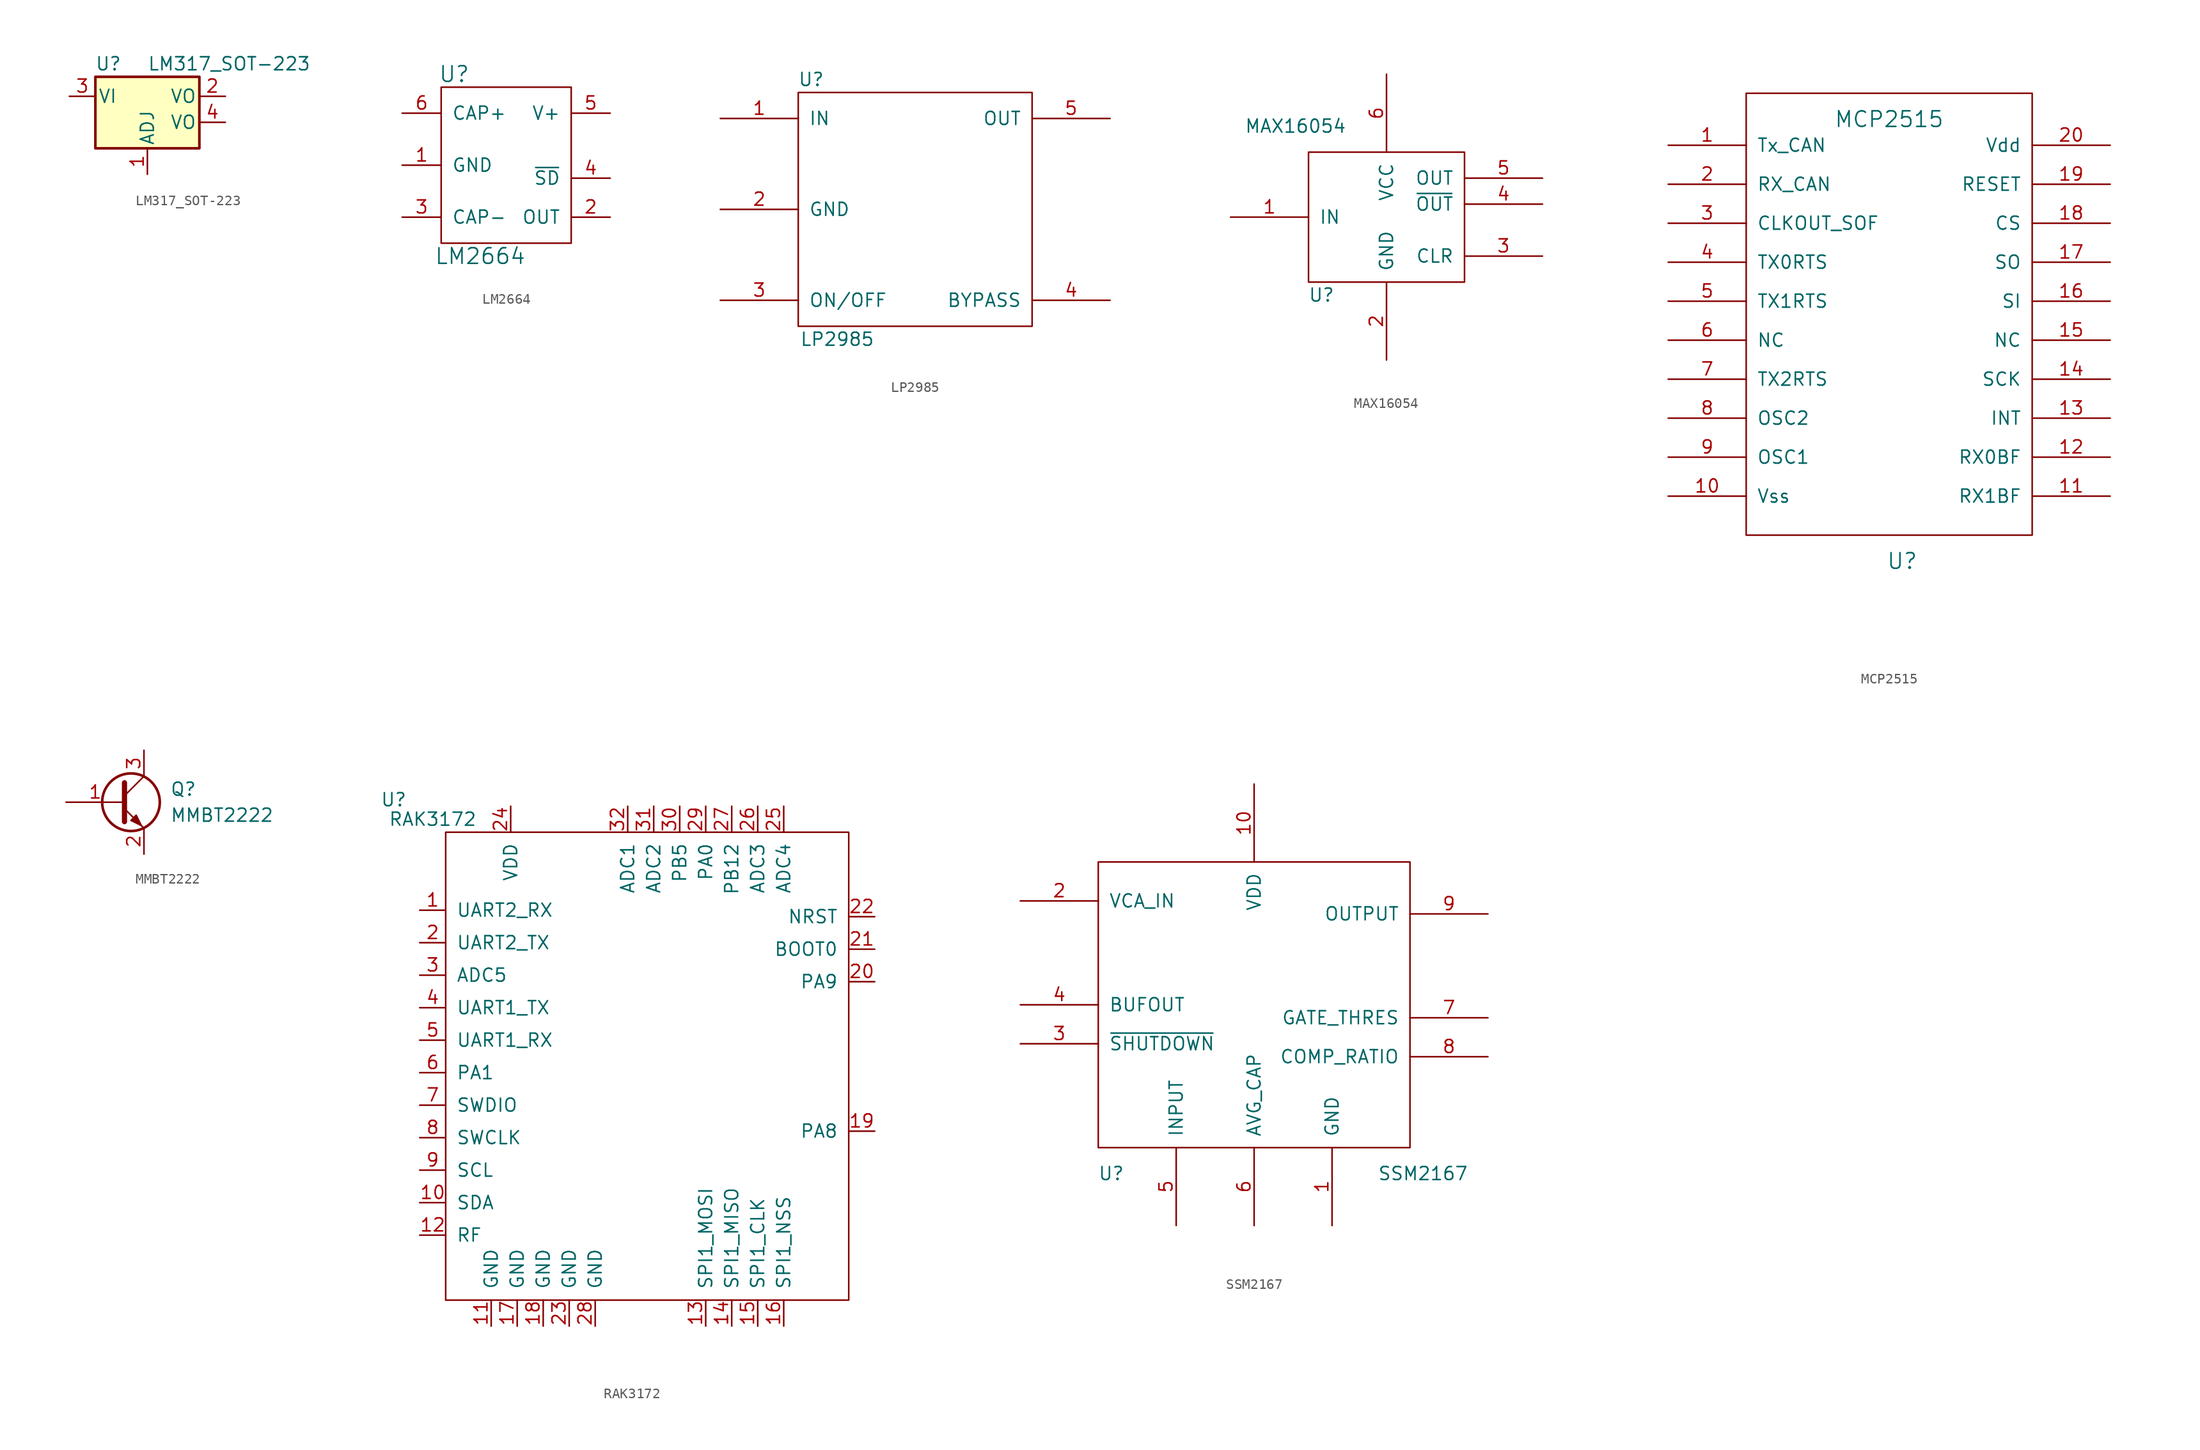
<source format=kicad_sym>
(kicad_symbol_lib
  (version 20211014)
  (generator kicad_symbol_editor)
  (symbol "LM317_SOT-223"
    (pin_names
      (offset 0.254))
    (property "Reference" "U"
      (at -3.81 3.175 0)
      (effects (font (size 1.27 1.27))))
    (property "Value" "LM317_SOT-223"
      (at 0 3.175 0)
      (effects (font (size 1.27 1.27)) (justify left)))
    (symbol "LM317_SOT-223_0_1"
      (rectangle (start -5.08 1.905) (end 5.08 -5.08) (stroke (width 0.254) (type default) (color 0 0 0 0)) (fill (type background))))
    (symbol "LM317_SOT-223_1_1"
      (pin input line (at 0 -7.62 90) (length 2.54) (name "ADJ" (effects (font (size 1.27 1.27)))) (number "1" (effects (font (size 1.27 1.27)))))
      (pin power_out line (at 7.62 0 180) (length 2.54) (name "VO" (effects (font (size 1.27 1.27)))) (number "2" (effects (font (size 1.27 1.27)))))
      (pin power_in line (at -7.62 0 0) (length 2.54) (name "VI" (effects (font (size 1.27 1.27)))) (number "3" (effects (font (size 1.27 1.27)))))
      (pin power_out line (at 7.62 -2.54 180) (length 2.54) (name "VO" (effects (font (size 1.27 1.27)))) (number "4" (effects (font (size 1.27 1.27)))))))
  (symbol "LM2664"
    (pin_names
      (offset 1.016))
    (property "Reference" "U"
      (at -5.08 5.08 0)
      (effects (font (size 1.524 1.524))))
    (property "Value" "LM2664"
      (at -2.54 -12.7 0)
      (effects (font (size 1.524 1.524))))
    (symbol "LM2664_0_1"
      (rectangle (start -6.35 3.81) (end 6.35 -11.43) (stroke (width 0) (type default) (color 0 0 0 0)) (fill (type none))))
    (symbol "LM2664_1_1"
      (pin passive line (at -10.16 -3.81 0) (length 3.81) (name "GND" (effects (font (size 1.27 1.27)))) (number "1" (effects (font (size 1.27 1.27)))))
      (pin passive line (at 10.16 -8.89 180) (length 3.81) (name "OUT" (effects (font (size 1.27 1.27)))) (number "2" (effects (font (size 1.27 1.27)))))
      (pin passive line (at -10.16 -8.89 0) (length 3.81) (name "CAP-" (effects (font (size 1.27 1.27)))) (number "3" (effects (font (size 1.27 1.27)))))
      (pin passive line (at 10.16 -5.08 180) (length 3.81) (name "~{SD}" (effects (font (size 1.27 1.27)))) (number "4" (effects (font (size 1.27 1.27)))))
      (pin passive line (at 10.16 1.27 180) (length 3.81) (name "V+" (effects (font (size 1.27 1.27)))) (number "5" (effects (font (size 1.27 1.27)))))
      (pin passive line (at -10.16 1.27 0) (length 3.81) (name "CAP+" (effects (font (size 1.27 1.27)))) (number "6" (effects (font (size 1.27 1.27)))))))
  (symbol "LP2985"
    (pin_names
      (offset 1.016))
    (property "Reference" "U"
      (at -10.16 12.7 0)
      (effects (font (size 1.27 1.27))))
    (property "Value" "LP2985"
      (at -7.62 -12.7 0)
      (effects (font (size 1.27 1.27))))
    (symbol "LP2985_1_0"
      (rectangle (start -11.43 -11.43) (end 11.43 11.43) (stroke (width 0) (type default) (color 0 0 0 0)) (fill (type none))))
    (symbol "LP2985_1_1"
      (pin input line (at -19.05 8.89 0) (length 7.62) (name "IN" (effects (font (size 1.27 1.27)))) (number "1" (effects (font (size 1.27 1.27)))))
      (pin input line (at -19.05 0 0) (length 7.62) (name "GND" (effects (font (size 1.27 1.27)))) (number "2" (effects (font (size 1.27 1.27)))))
      (pin input line (at -19.05 -8.89 0) (length 7.62) (name "ON/OFF" (effects (font (size 1.27 1.27)))) (number "3" (effects (font (size 1.27 1.27)))))
      (pin input line (at 19.05 -8.89 180) (length 7.62) (name "BYPASS" (effects (font (size 1.27 1.27)))) (number "4" (effects (font (size 1.27 1.27)))))
      (pin input line (at 19.05 8.89 180) (length 7.62) (name "OUT" (effects (font (size 1.27 1.27)))) (number "5" (effects (font (size 1.27 1.27)))))))
  (symbol "MAX16054"
    (pin_names
      (offset 1.016))
    (property "Reference" "U"
      (at -6.35 -7.62 0)
      (effects (font (size 1.27 1.27))))
    (property "Value" "MAX16054"
      (at -8.89 8.89 0)
      (effects (font (size 1.27 1.27))))
    (symbol "MAX16054_1_0"
      (rectangle (start -7.62 -6.35) (end 7.62 6.35) (stroke (width 0) (type default) (color 0 0 0 0)) (fill (type none))))
    (symbol "MAX16054_1_1"
      (pin input line (at -15.24 0 0) (length 7.62) (name "IN" (effects (font (size 1.27 1.27)))) (number "1" (effects (font (size 1.27 1.27)))))
      (pin input line (at 0 -13.97 90) (length 7.62) (name "GND" (effects (font (size 1.27 1.27)))) (number "2" (effects (font (size 1.27 1.27)))))
      (pin input line (at 15.24 -3.81 180) (length 7.62) (name "CLR" (effects (font (size 1.27 1.27)))) (number "3" (effects (font (size 1.27 1.27)))))
      (pin input line (at 15.24 1.27 180) (length 7.62) (name "~{OUT}" (effects (font (size 1.27 1.27)))) (number "4" (effects (font (size 1.27 1.27)))))
      (pin input line (at 15.24 3.81 180) (length 7.62) (name "OUT" (effects (font (size 1.27 1.27)))) (number "5" (effects (font (size 1.27 1.27)))))
      (pin input line (at 0 13.97 270) (length 7.62) (name "VCC" (effects (font (size 1.27 1.27)))) (number "6" (effects (font (size 1.27 1.27)))))))
  (symbol "MCP2515"
    (pin_names
      (offset 1.016))
    (property "Reference" "U"
      (at 15.24 43.18 0)
      (effects (font (size 1.524 1.524))))
    (property "Value" "MCP2515"
      (at 13.97 86.36 0)
      (effects (font (size 1.524 1.524))))
    (property "Footprint" ""
      (at 26.67 38.1 0)
      (effects (font (size 1.524 1.524))))
    (property "Datasheet" ""
      (at 26.67 38.1 0)
      (effects (font (size 1.524 1.524))))
    (symbol "MCP2515_0_1"
      (rectangle (start 0 45.72) (end 27.94 88.9) (stroke (width 0) (type default) (color 0 0 0 0)) (fill (type none))))
    (symbol "MCP2515_1_1"
      (pin input line (at -7.62 83.82 0) (length 7.62) (name "Tx_CAN" (effects (font (size 1.27 1.27)))) (number "1" (effects (font (size 1.27 1.27)))))
      (pin input line (at -7.62 49.53 0) (length 7.62) (name "Vss" (effects (font (size 1.27 1.27)))) (number "10" (effects (font (size 1.27 1.27)))))
      (pin input line (at 35.56 49.53 180) (length 7.62) (name "RX1BF" (effects (font (size 1.27 1.27)))) (number "11" (effects (font (size 1.27 1.27)))))
      (pin input line (at 35.56 53.34 180) (length 7.62) (name "RX0BF" (effects (font (size 1.27 1.27)))) (number "12" (effects (font (size 1.27 1.27)))))
      (pin input line (at 35.56 57.15 180) (length 7.62) (name "INT" (effects (font (size 1.27 1.27)))) (number "13" (effects (font (size 1.27 1.27)))))
      (pin input line (at 35.56 60.96 180) (length 7.62) (name "SCK" (effects (font (size 1.27 1.27)))) (number "14" (effects (font (size 1.27 1.27)))))
      (pin input line (at 35.56 64.77 180) (length 7.62) (name "NC" (effects (font (size 1.27 1.27)))) (number "15" (effects (font (size 1.27 1.27)))))
      (pin input line (at 35.56 68.58 180) (length 7.62) (name "SI" (effects (font (size 1.27 1.27)))) (number "16" (effects (font (size 1.27 1.27)))))
      (pin input line (at 35.56 72.39 180) (length 7.62) (name "SO" (effects (font (size 1.27 1.27)))) (number "17" (effects (font (size 1.27 1.27)))))
      (pin input line (at 35.56 76.2 180) (length 7.62) (name "CS" (effects (font (size 1.27 1.27)))) (number "18" (effects (font (size 1.27 1.27)))))
      (pin input line (at 35.56 80.01 180) (length 7.62) (name "RESET" (effects (font (size 1.27 1.27)))) (number "19" (effects (font (size 1.27 1.27)))))
      (pin input line (at -7.62 80.01 0) (length 7.62) (name "RX_CAN" (effects (font (size 1.27 1.27)))) (number "2" (effects (font (size 1.27 1.27)))))
      (pin input line (at 35.56 83.82 180) (length 7.62) (name "Vdd" (effects (font (size 1.27 1.27)))) (number "20" (effects (font (size 1.27 1.27)))))
      (pin input line (at -7.62 76.2 0) (length 7.62) (name "CLKOUT_SOF" (effects (font (size 1.27 1.27)))) (number "3" (effects (font (size 1.27 1.27)))))
      (pin input line (at -7.62 72.39 0) (length 7.62) (name "TX0RTS" (effects (font (size 1.27 1.27)))) (number "4" (effects (font (size 1.27 1.27)))))
      (pin input line (at -7.62 68.58 0) (length 7.62) (name "TX1RTS" (effects (font (size 1.27 1.27)))) (number "5" (effects (font (size 1.27 1.27)))))
      (pin input line (at -7.62 64.77 0) (length 7.62) (name "NC" (effects (font (size 1.27 1.27)))) (number "6" (effects (font (size 1.27 1.27)))))
      (pin input line (at -7.62 60.96 0) (length 7.62) (name "TX2RTS" (effects (font (size 1.27 1.27)))) (number "7" (effects (font (size 1.27 1.27)))))
      (pin input line (at -7.62 57.15 0) (length 7.62) (name "OSC2" (effects (font (size 1.27 1.27)))) (number "8" (effects (font (size 1.27 1.27)))))
      (pin input line (at -7.62 53.34 0) (length 7.62) (name "OSC1" (effects (font (size 1.27 1.27)))) (number "9" (effects (font (size 1.27 1.27)))))))
  (symbol "MMBT2222"
    (pin_names
      (offset 0) hide)
    (property "Reference" "Q"
      (at 5.08 1.27 0)
      (effects (font (size 1.27 1.27)) (justify left)))
    (property "Value" "MMBT2222"
      (at 5.08 -1.27 0)
      (effects (font (size 1.27 1.27)) (justify left)))
    (property "Footprint" ""
      (at 5.08 2.54 0)
      (effects (font (size 1.27 1.27))))
    (property "Datasheet" ""
      (at 0 0 0)
      (effects (font (size 1.27 1.27))))
    (symbol "MMBT2222_0_1"
      (polyline (pts (xy 0.635 0.635) (xy 2.54 2.54)) (stroke (width 0) (type default) (color 0 0 0 0)) (fill (type none)))
      (polyline (pts (xy 0.635 -0.635) (xy 2.54 -2.54) (xy 2.54 -2.54)) (stroke (width 0) (type default) (color 0 0 0 0)) (fill (type none)))
      (polyline (pts (xy 0.635 1.905) (xy 0.635 -1.905) (xy 0.635 -1.905)) (stroke (width 0.508) (type default) (color 0 0 0 0)) (fill (type none)))
      (polyline (pts (xy 1.27 -1.778) (xy 1.778 -1.27) (xy 2.286 -2.286) (xy 1.27 -1.778) (xy 1.27 -1.778)) (stroke (width 0) (type default) (color 0 0 0 0)) (fill (type outline)))
      (circle (center 1.27 0) (radius 2.819) (stroke (width 0.254) (type default) (color 0 0 0 0)) (fill (type none))))
    (symbol "MMBT2222_1_1"
      (pin input line (at -5.08 0 0) (length 5.715) (name "B" (effects (font (size 1.27 1.27)))) (number "1" (effects (font (size 1.27 1.27)))))
      (pin passive line (at 2.54 -5.08 90) (length 2.54) (name "E" (effects (font (size 1.27 1.27)))) (number "2" (effects (font (size 1.27 1.27)))))
      (pin passive line (at 2.54 5.08 270) (length 2.54) (name "C" (effects (font (size 1.27 1.27)))) (number "3" (effects (font (size 1.27 1.27)))))))
  (symbol "RAK3172"
    (pin_names
      (offset 1.016))
    (property "Reference" "U"
      (at -24.765 25.4 0)
      (effects (font (size 1.27 1.27))))
    (property "Value" "RAK3172"
      (at -20.955 23.495 0)
      (effects (font (size 1.27 1.27))))
    (symbol "RAK3172_0_1"
      (rectangle (start -19.685 22.225) (end 19.685 -23.495) (stroke (width 0) (type default) (color 0 0 0 0)) (fill (type none))))
    (symbol "RAK3172_1_1"
      (pin input line (at -22.225 14.605 0) (length 2.54) (name "UART2_RX" (effects (font (size 1.27 1.27)))) (number "1" (effects (font (size 1.27 1.27)))))
      (pin input line (at -22.225 -13.97 0) (length 2.54) (name "SDA" (effects (font (size 1.27 1.27)))) (number "10" (effects (font (size 1.27 1.27)))))
      (pin input line (at -15.24 -26.035 90) (length 2.54) (name "GND" (effects (font (size 1.27 1.27)))) (number "11" (effects (font (size 1.27 1.27)))))
      (pin input line (at -22.225 -17.145 0) (length 2.54) (name "RF" (effects (font (size 1.27 1.27)))) (number "12" (effects (font (size 1.27 1.27)))))
      (pin input line (at 5.715 -26.035 90) (length 2.54) (name "SPI1_MOSI" (effects (font (size 1.27 1.27)))) (number "13" (effects (font (size 1.27 1.27)))))
      (pin input line (at 8.255 -26.035 90) (length 2.54) (name "SPI1_MISO" (effects (font (size 1.27 1.27)))) (number "14" (effects (font (size 1.27 1.27)))))
      (pin input line (at 10.795 -26.035 90) (length 2.54) (name "SPI1_CLK" (effects (font (size 1.27 1.27)))) (number "15" (effects (font (size 1.27 1.27)))))
      (pin input line (at 13.335 -26.035 90) (length 2.54) (name "SPI1_NSS" (effects (font (size 1.27 1.27)))) (number "16" (effects (font (size 1.27 1.27)))))
      (pin input line (at -12.7 -26.035 90) (length 2.54) (name "GND" (effects (font (size 1.27 1.27)))) (number "17" (effects (font (size 1.27 1.27)))))
      (pin input line (at -10.16 -26.035 90) (length 2.54) (name "GND" (effects (font (size 1.27 1.27)))) (number "18" (effects (font (size 1.27 1.27)))))
      (pin input line (at 22.225 -6.985 180) (length 2.54) (name "PA8" (effects (font (size 1.27 1.27)))) (number "19" (effects (font (size 1.27 1.27)))))
      (pin input line (at -22.225 11.43 0) (length 2.54) (name "UART2_TX" (effects (font (size 1.27 1.27)))) (number "2" (effects (font (size 1.27 1.27)))))
      (pin input line (at 22.225 7.62 180) (length 2.54) (name "PA9" (effects (font (size 1.27 1.27)))) (number "20" (effects (font (size 1.27 1.27)))))
      (pin input line (at 22.225 10.795 180) (length 2.54) (name "BOOT0" (effects (font (size 1.27 1.27)))) (number "21" (effects (font (size 1.27 1.27)))))
      (pin input line (at 22.225 13.97 180) (length 2.54) (name "NRST" (effects (font (size 1.27 1.27)))) (number "22" (effects (font (size 1.27 1.27)))))
      (pin input line (at -7.62 -26.035 90) (length 2.54) (name "GND" (effects (font (size 1.27 1.27)))) (number "23" (effects (font (size 1.27 1.27)))))
      (pin input line (at -13.335 24.765 270) (length 2.54) (name "VDD" (effects (font (size 1.27 1.27)))) (number "24" (effects (font (size 1.27 1.27)))))
      (pin input line (at 13.335 24.765 270) (length 2.54) (name "ADC4" (effects (font (size 1.27 1.27)))) (number "25" (effects (font (size 1.27 1.27)))))
      (pin input line (at 10.795 24.765 270) (length 2.54) (name "ADC3" (effects (font (size 1.27 1.27)))) (number "26" (effects (font (size 1.27 1.27)))))
      (pin input line (at 8.255 24.765 270) (length 2.54) (name "PB12" (effects (font (size 1.27 1.27)))) (number "27" (effects (font (size 1.27 1.27)))))
      (pin input line (at -5.08 -26.035 90) (length 2.54) (name "GND" (effects (font (size 1.27 1.27)))) (number "28" (effects (font (size 1.27 1.27)))))
      (pin input line (at 5.715 24.765 270) (length 2.54) (name "PA0" (effects (font (size 1.27 1.27)))) (number "29" (effects (font (size 1.27 1.27)))))
      (pin input line (at -22.225 8.255 0) (length 2.54) (name "ADC5" (effects (font (size 1.27 1.27)))) (number "3" (effects (font (size 1.27 1.27)))))
      (pin input line (at 3.175 24.765 270) (length 2.54) (name "PB5" (effects (font (size 1.27 1.27)))) (number "30" (effects (font (size 1.27 1.27)))))
      (pin input line (at 0.635 24.765 270) (length 2.54) (name "ADC2" (effects (font (size 1.27 1.27)))) (number "31" (effects (font (size 1.27 1.27)))))
      (pin input line (at -1.905 24.765 270) (length 2.54) (name "ADC1" (effects (font (size 1.27 1.27)))) (number "32" (effects (font (size 1.27 1.27)))))
      (pin input line (at -22.225 5.08 0) (length 2.54) (name "UART1_TX" (effects (font (size 1.27 1.27)))) (number "4" (effects (font (size 1.27 1.27)))))
      (pin input line (at -22.225 1.905 0) (length 2.54) (name "UART1_RX" (effects (font (size 1.27 1.27)))) (number "5" (effects (font (size 1.27 1.27)))))
      (pin input line (at -22.225 -1.27 0) (length 2.54) (name "PA1" (effects (font (size 1.27 1.27)))) (number "6" (effects (font (size 1.27 1.27)))))
      (pin input line (at -22.225 -4.445 0) (length 2.54) (name "SWDIO" (effects (font (size 1.27 1.27)))) (number "7" (effects (font (size 1.27 1.27)))))
      (pin input line (at -22.225 -7.62 0) (length 2.54) (name "SWCLK" (effects (font (size 1.27 1.27)))) (number "8" (effects (font (size 1.27 1.27)))))
      (pin input line (at -22.225 -10.795 0) (length 2.54) (name "SCL" (effects (font (size 1.27 1.27)))) (number "9" (effects (font (size 1.27 1.27)))))))
  (symbol "SSM2167"
    (pin_names
      (offset 1.016))
    (property "Reference" "U"
      (at -13.97 -17.78 0)
      (effects (font (size 1.27 1.27))))
    (property "Value" "SSM2167"
      (at 16.51 -17.78 0)
      (effects (font (size 1.27 1.27))))
    (symbol "SSM2167_1_0"
      (rectangle (start -15.24 -15.24) (end 15.24 12.7) (stroke (width 0) (type default) (color 0 0 0 0)) (fill (type none))))
    (symbol "SSM2167_1_1"
      (pin input line (at 7.62 -22.86 90) (length 7.62) (name "GND" (effects (font (size 1.27 1.27)))) (number "1" (effects (font (size 1.27 1.27)))))
      (pin input line (at 0 20.32 270) (length 7.62) (name "VDD" (effects (font (size 1.27 1.27)))) (number "10" (effects (font (size 1.27 1.27)))))
      (pin input line (at -22.86 8.89 0) (length 7.62) (name "VCA_IN" (effects (font (size 1.27 1.27)))) (number "2" (effects (font (size 1.27 1.27)))))
      (pin input line (at -22.86 -5.08 0) (length 7.62) (name "~{SHUTDOWN}" (effects (font (size 1.27 1.27)))) (number "3" (effects (font (size 1.27 1.27)))))
      (pin input line (at -22.86 -1.27 0) (length 7.62) (name "BUFOUT" (effects (font (size 1.27 1.27)))) (number "4" (effects (font (size 1.27 1.27)))))
      (pin input line (at -7.62 -22.86 90) (length 7.62) (name "INPUT" (effects (font (size 1.27 1.27)))) (number "5" (effects (font (size 1.27 1.27)))))
      (pin input line (at 0 -22.86 90) (length 7.62) (name "AVG_CAP" (effects (font (size 1.27 1.27)))) (number "6" (effects (font (size 1.27 1.27)))))
      (pin input line (at 22.86 -2.54 180) (length 7.62) (name "GATE_THRES" (effects (font (size 1.27 1.27)))) (number "7" (effects (font (size 1.27 1.27)))))
      (pin input line (at 22.86 -6.35 180) (length 7.62) (name "COMP_RATIO" (effects (font (size 1.27 1.27)))) (number "8" (effects (font (size 1.27 1.27)))))
      (pin input line (at 22.86 7.62 180) (length 7.62) (name "OUTPUT" (effects (font (size 1.27 1.27)))) (number "9" (effects (font (size 1.27 1.27))))))))
</source>
